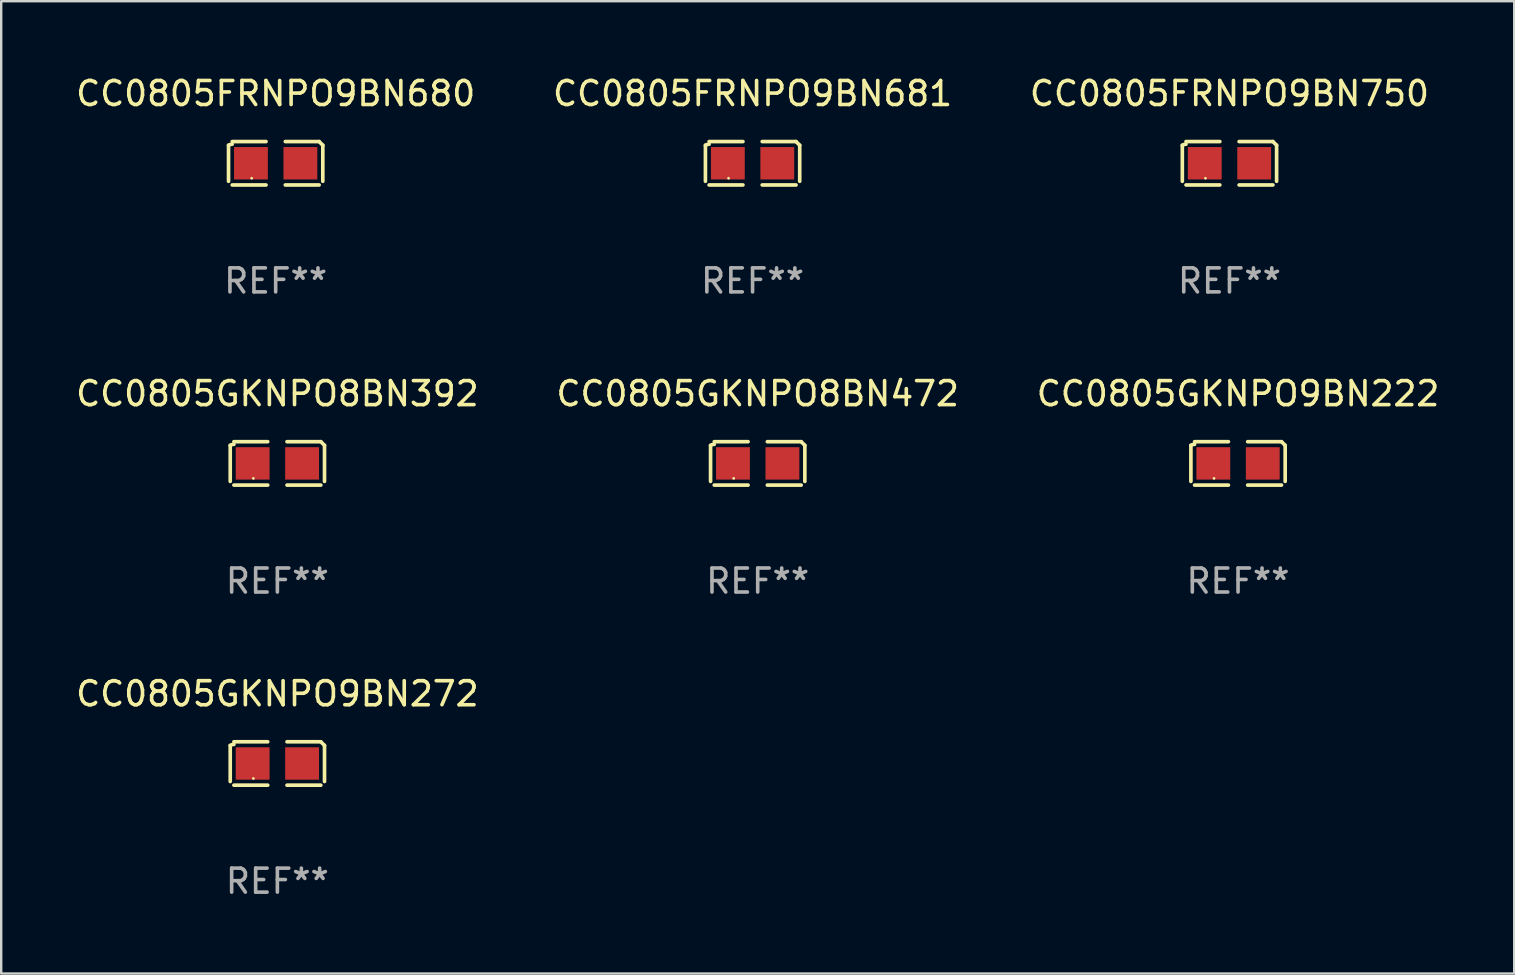
<source format=kicad_pcb>
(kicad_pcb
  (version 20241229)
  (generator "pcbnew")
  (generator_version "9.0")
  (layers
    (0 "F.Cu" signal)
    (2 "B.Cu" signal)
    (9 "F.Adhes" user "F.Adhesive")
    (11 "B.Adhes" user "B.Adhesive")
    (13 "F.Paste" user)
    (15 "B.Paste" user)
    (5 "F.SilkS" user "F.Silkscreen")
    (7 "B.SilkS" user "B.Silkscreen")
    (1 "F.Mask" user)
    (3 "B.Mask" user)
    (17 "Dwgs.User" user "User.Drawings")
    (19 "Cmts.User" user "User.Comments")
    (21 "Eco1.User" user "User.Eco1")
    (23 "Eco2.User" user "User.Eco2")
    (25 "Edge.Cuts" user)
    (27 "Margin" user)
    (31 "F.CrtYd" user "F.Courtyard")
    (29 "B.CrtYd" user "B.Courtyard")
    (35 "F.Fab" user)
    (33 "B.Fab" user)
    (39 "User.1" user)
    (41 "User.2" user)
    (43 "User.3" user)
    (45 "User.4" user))
  (footprint "CC0805GKNPO8BN392"
    (layer "F.Cu")
    (at 8.506 16.256)
    (property "Reference" "CC0805GKNPO8BN392" (at 0 -2.904 0) (layer "F.SilkS") (effects (font (size 1 1) (thickness 0.15))))
    (attr through_hole)
    (fp_line (start -1.964 0.751) (end -1.964 -0.751) (stroke (width 0.152) (type solid)) (layer "F.SilkS"))
    (fp_line (start -1.811 -0.904) (end -0.401 -0.904) (stroke (width 0.152) (type solid)) (layer "F.SilkS"))
    (fp_line (start -0.401 0.904) (end -1.811 0.904) (stroke (width 0.152) (type solid)) (layer "F.SilkS"))
    (fp_line (start 0.401 0.904) (end 1.811 0.904) (stroke (width 0.152) (type solid)) (layer "F.SilkS"))
    (fp_line (start 1.811 -0.904) (end 0.401 -0.904) (stroke (width 0.152) (type solid)) (layer "F.SilkS"))
    (fp_line (start 1.964 0.751) (end 1.964 -0.751) (stroke (width 0.152) (type solid)) (layer "F.SilkS"))
    (fp_arc (start -1.963602 -0.751207) (mid -1.890354 -0.783131) (end -1.811201 -0.794044) (stroke (width 0.1524) (type solid)) (layer "F.SilkS"))
    (fp_arc (start 1.811202 -0.903607) (mid 1.887413 -0.827418) (end 1.963602 -0.751207) (stroke (width 0.1524) (type solid)) (layer "F.SilkS"))
    (fp_circle (center -1 0.625) (end -0.97 0.625) (stroke (width 0.06) (type solid)) (fill no) (layer "F.SilkS"))
    (fp_text user "REF**" (at 0 4.904 0) (layer "F.Fab") (effects (font (size 1 1) (thickness 0.15))))
    (pad "1" smd rect (at -1.03 0) (size 1.41 1.35) (layers "F.Cu" "F.Mask" "F.Paste"))
    (pad "2" smd rect (at 1.03 0) (size 1.41 1.35) (layers "F.Cu" "F.Mask" "F.Paste")))
  (footprint "CC0805FRNPO9BN750"
    (layer "F.Cu")
    (at 48.173 3.752)
    (property "Reference" "CC0805FRNPO9BN750" (at 0 -2.904 0) (layer "F.SilkS") (effects (font (size 1 1) (thickness 0.15))))
    (attr through_hole)
    (fp_line (start -1.964 0.751) (end -1.964 -0.751) (stroke (width 0.152) (type solid)) (layer "F.SilkS"))
    (fp_line (start -1.811 -0.904) (end -0.401 -0.904) (stroke (width 0.152) (type solid)) (layer "F.SilkS"))
    (fp_line (start -0.401 0.904) (end -1.811 0.904) (stroke (width 0.152) (type solid)) (layer "F.SilkS"))
    (fp_line (start 0.401 0.904) (end 1.811 0.904) (stroke (width 0.152) (type solid)) (layer "F.SilkS"))
    (fp_line (start 1.811 -0.904) (end 0.401 -0.904) (stroke (width 0.152) (type solid)) (layer "F.SilkS"))
    (fp_line (start 1.964 0.751) (end 1.964 -0.751) (stroke (width 0.152) (type solid)) (layer "F.SilkS"))
    (fp_arc (start -1.963602 -0.751207) (mid -1.890354 -0.783131) (end -1.811201 -0.794044) (stroke (width 0.1524) (type solid)) (layer "F.SilkS"))
    (fp_arc (start 1.811202 -0.903607) (mid 1.887413 -0.827418) (end 1.963602 -0.751207) (stroke (width 0.1524) (type solid)) (layer "F.SilkS"))
    (fp_circle (center -1 0.625) (end -0.97 0.625) (stroke (width 0.06) (type solid)) (fill no) (layer "F.SilkS"))
    (fp_text user "REF**" (at 0 4.904 0) (layer "F.Fab") (effects (font (size 1 1) (thickness 0.15))))
    (pad "1" smd rect (at -1.03 0) (size 1.41 1.35) (layers "F.Cu" "F.Mask" "F.Paste"))
    (pad "2" smd rect (at 1.03 0) (size 1.41 1.35) (layers "F.Cu" "F.Mask" "F.Paste")))
  (footprint "CC0805GKNPO9BN222"
    (layer "F.Cu")
    (at 48.53 16.256)
    (property "Reference" "CC0805GKNPO9BN222" (at 0 -2.904 0) (layer "F.SilkS") (effects (font (size 1 1) (thickness 0.15))))
    (attr through_hole)
    (fp_line (start -1.964 0.751) (end -1.964 -0.751) (stroke (width 0.152) (type solid)) (layer "F.SilkS"))
    (fp_line (start -1.811 -0.904) (end -0.401 -0.904) (stroke (width 0.152) (type solid)) (layer "F.SilkS"))
    (fp_line (start -0.401 0.904) (end -1.811 0.904) (stroke (width 0.152) (type solid)) (layer "F.SilkS"))
    (fp_line (start 0.401 0.904) (end 1.811 0.904) (stroke (width 0.152) (type solid)) (layer "F.SilkS"))
    (fp_line (start 1.811 -0.904) (end 0.401 -0.904) (stroke (width 0.152) (type solid)) (layer "F.SilkS"))
    (fp_line (start 1.964 0.751) (end 1.964 -0.751) (stroke (width 0.152) (type solid)) (layer "F.SilkS"))
    (fp_arc (start -1.963602 -0.751207) (mid -1.890354 -0.783131) (end -1.811201 -0.794044) (stroke (width 0.1524) (type solid)) (layer "F.SilkS"))
    (fp_arc (start 1.811202 -0.903607) (mid 1.887413 -0.827418) (end 1.963602 -0.751207) (stroke (width 0.1524) (type solid)) (layer "F.SilkS"))
    (fp_circle (center -1 0.625) (end -0.97 0.625) (stroke (width 0.06) (type solid)) (fill no) (layer "F.SilkS"))
    (fp_text user "REF**" (at 0 4.904 0) (layer "F.Fab") (effects (font (size 1 1) (thickness 0.15))))
    (pad "1" smd rect (at -1.03 0) (size 1.41 1.35) (layers "F.Cu" "F.Mask" "F.Paste"))
    (pad "2" smd rect (at 1.03 0) (size 1.41 1.35) (layers "F.Cu" "F.Mask" "F.Paste")))
  (footprint "CC0805GKNPO8BN472"
    (layer "F.Cu")
    (at 28.518 16.256)
    (property "Reference" "CC0805GKNPO8BN472" (at 0 -2.904 0) (layer "F.SilkS") (effects (font (size 1 1) (thickness 0.15))))
    (attr through_hole)
    (fp_line (start -1.964 0.751) (end -1.964 -0.751) (stroke (width 0.152) (type solid)) (layer "F.SilkS"))
    (fp_line (start -1.811 -0.904) (end -0.401 -0.904) (stroke (width 0.152) (type solid)) (layer "F.SilkS"))
    (fp_line (start -0.401 0.904) (end -1.811 0.904) (stroke (width 0.152) (type solid)) (layer "F.SilkS"))
    (fp_line (start 0.401 0.904) (end 1.811 0.904) (stroke (width 0.152) (type solid)) (layer "F.SilkS"))
    (fp_line (start 1.811 -0.904) (end 0.401 -0.904) (stroke (width 0.152) (type solid)) (layer "F.SilkS"))
    (fp_line (start 1.964 0.751) (end 1.964 -0.751) (stroke (width 0.152) (type solid)) (layer "F.SilkS"))
    (fp_arc (start -1.963602 -0.751207) (mid -1.890354 -0.783131) (end -1.811201 -0.794044) (stroke (width 0.1524) (type solid)) (layer "F.SilkS"))
    (fp_arc (start 1.811202 -0.903607) (mid 1.887413 -0.827418) (end 1.963602 -0.751207) (stroke (width 0.1524) (type solid)) (layer "F.SilkS"))
    (fp_circle (center -1 0.625) (end -0.97 0.625) (stroke (width 0.06) (type solid)) (fill no) (layer "F.SilkS"))
    (fp_text user "REF**" (at 0 4.904 0) (layer "F.Fab") (effects (font (size 1 1) (thickness 0.15))))
    (pad "1" smd rect (at -1.03 0) (size 1.41 1.35) (layers "F.Cu" "F.Mask" "F.Paste"))
    (pad "2" smd rect (at 1.03 0) (size 1.41 1.35) (layers "F.Cu" "F.Mask" "F.Paste")))
  (footprint "CC0805GKNPO9BN272"
    (layer "F.Cu")
    (at 8.506 28.759)
    (property "Reference" "CC0805GKNPO9BN272" (at 0 -2.904 0) (layer "F.SilkS") (effects (font (size 1 1) (thickness 0.15))))
    (attr through_hole)
    (fp_line (start -1.964 0.751) (end -1.964 -0.751) (stroke (width 0.152) (type solid)) (layer "F.SilkS"))
    (fp_line (start -1.811 -0.904) (end -0.401 -0.904) (stroke (width 0.152) (type solid)) (layer "F.SilkS"))
    (fp_line (start -0.401 0.904) (end -1.811 0.904) (stroke (width 0.152) (type solid)) (layer "F.SilkS"))
    (fp_line (start 0.401 0.904) (end 1.811 0.904) (stroke (width 0.152) (type solid)) (layer "F.SilkS"))
    (fp_line (start 1.811 -0.904) (end 0.401 -0.904) (stroke (width 0.152) (type solid)) (layer "F.SilkS"))
    (fp_line (start 1.964 0.751) (end 1.964 -0.751) (stroke (width 0.152) (type solid)) (layer "F.SilkS"))
    (fp_arc (start -1.963602 -0.751207) (mid -1.890354 -0.783131) (end -1.811201 -0.794044) (stroke (width 0.1524) (type solid)) (layer "F.SilkS"))
    (fp_arc (start 1.811202 -0.903607) (mid 1.887413 -0.827418) (end 1.963602 -0.751207) (stroke (width 0.1524) (type solid)) (layer "F.SilkS"))
    (fp_circle (center -1 0.625) (end -0.97 0.625) (stroke (width 0.06) (type solid)) (fill no) (layer "F.SilkS"))
    (fp_text user "REF**" (at 0 4.904 0) (layer "F.Fab") (effects (font (size 1 1) (thickness 0.15))))
    (pad "1" smd rect (at -1.03 0) (size 1.41 1.35) (layers "F.Cu" "F.Mask" "F.Paste"))
    (pad "2" smd rect (at 1.03 0) (size 1.41 1.35) (layers "F.Cu" "F.Mask" "F.Paste")))
  (footprint "CC0805FRNPO9BN681"
    (layer "F.Cu")
    (at 28.304 3.752)
    (property "Reference" "CC0805FRNPO9BN681" (at 0 -2.904 0) (layer "F.SilkS") (effects (font (size 1 1) (thickness 0.15))))
    (attr through_hole)
    (fp_line (start -1.964 0.751) (end -1.964 -0.751) (stroke (width 0.152) (type solid)) (layer "F.SilkS"))
    (fp_line (start -1.811 -0.904) (end -0.401 -0.904) (stroke (width 0.152) (type solid)) (layer "F.SilkS"))
    (fp_line (start -0.401 0.904) (end -1.811 0.904) (stroke (width 0.152) (type solid)) (layer "F.SilkS"))
    (fp_line (start 0.401 0.904) (end 1.811 0.904) (stroke (width 0.152) (type solid)) (layer "F.SilkS"))
    (fp_line (start 1.811 -0.904) (end 0.401 -0.904) (stroke (width 0.152) (type solid)) (layer "F.SilkS"))
    (fp_line (start 1.964 0.751) (end 1.964 -0.751) (stroke (width 0.152) (type solid)) (layer "F.SilkS"))
    (fp_arc (start -1.963602 -0.751207) (mid -1.890354 -0.783131) (end -1.811201 -0.794044) (stroke (width 0.1524) (type solid)) (layer "F.SilkS"))
    (fp_arc (start 1.811202 -0.903607) (mid 1.887413 -0.827418) (end 1.963602 -0.751207) (stroke (width 0.1524) (type solid)) (layer "F.SilkS"))
    (fp_circle (center -1 0.625) (end -0.97 0.625) (stroke (width 0.06) (type solid)) (fill no) (layer "F.SilkS"))
    (fp_text user "REF**" (at 0 4.904 0) (layer "F.Fab") (effects (font (size 1 1) (thickness 0.15))))
    (pad "1" smd rect (at -1.03 0) (size 1.41 1.35) (layers "F.Cu" "F.Mask" "F.Paste"))
    (pad "2" smd rect (at 1.03 0) (size 1.41 1.35) (layers "F.Cu" "F.Mask" "F.Paste")))
  (footprint "CC0805FRNPO9BN680"
    (layer "F.Cu")
    (at 8.435 3.752)
    (property "Reference" "CC0805FRNPO9BN680" (at 0 -2.904 0) (layer "F.SilkS") (effects (font (size 1 1) (thickness 0.15))))
    (attr through_hole)
    (fp_line (start -1.964 0.751) (end -1.964 -0.751) (stroke (width 0.152) (type solid)) (layer "F.SilkS"))
    (fp_line (start -1.811 -0.904) (end -0.401 -0.904) (stroke (width 0.152) (type solid)) (layer "F.SilkS"))
    (fp_line (start -0.401 0.904) (end -1.811 0.904) (stroke (width 0.152) (type solid)) (layer "F.SilkS"))
    (fp_line (start 0.401 0.904) (end 1.811 0.904) (stroke (width 0.152) (type solid)) (layer "F.SilkS"))
    (fp_line (start 1.811 -0.904) (end 0.401 -0.904) (stroke (width 0.152) (type solid)) (layer "F.SilkS"))
    (fp_line (start 1.964 0.751) (end 1.964 -0.751) (stroke (width 0.152) (type solid)) (layer "F.SilkS"))
    (fp_arc (start -1.963602 -0.751207) (mid -1.890354 -0.783131) (end -1.811201 -0.794044) (stroke (width 0.1524) (type solid)) (layer "F.SilkS"))
    (fp_arc (start 1.811202 -0.903607) (mid 1.887413 -0.827418) (end 1.963602 -0.751207) (stroke (width 0.1524) (type solid)) (layer "F.SilkS"))
    (fp_circle (center -1 0.625) (end -0.97 0.625) (stroke (width 0.06) (type solid)) (fill no) (layer "F.SilkS"))
    (fp_text user "REF**" (at 0 4.904 0) (layer "F.Fab") (effects (font (size 1 1) (thickness 0.15))))
    (pad "1" smd rect (at -1.03 0) (size 1.41 1.35) (layers "F.Cu" "F.Mask" "F.Paste"))
    (pad "2" smd rect (at 1.03 0) (size 1.41 1.35) (layers "F.Cu" "F.Mask" "F.Paste")))
  (gr_rect
    (start -3 -3)
    (end 60.036 37.511)
    (stroke (width 0.1) (type default))
    (fill no)
    (layer "Edge.Cuts")))
</source>
